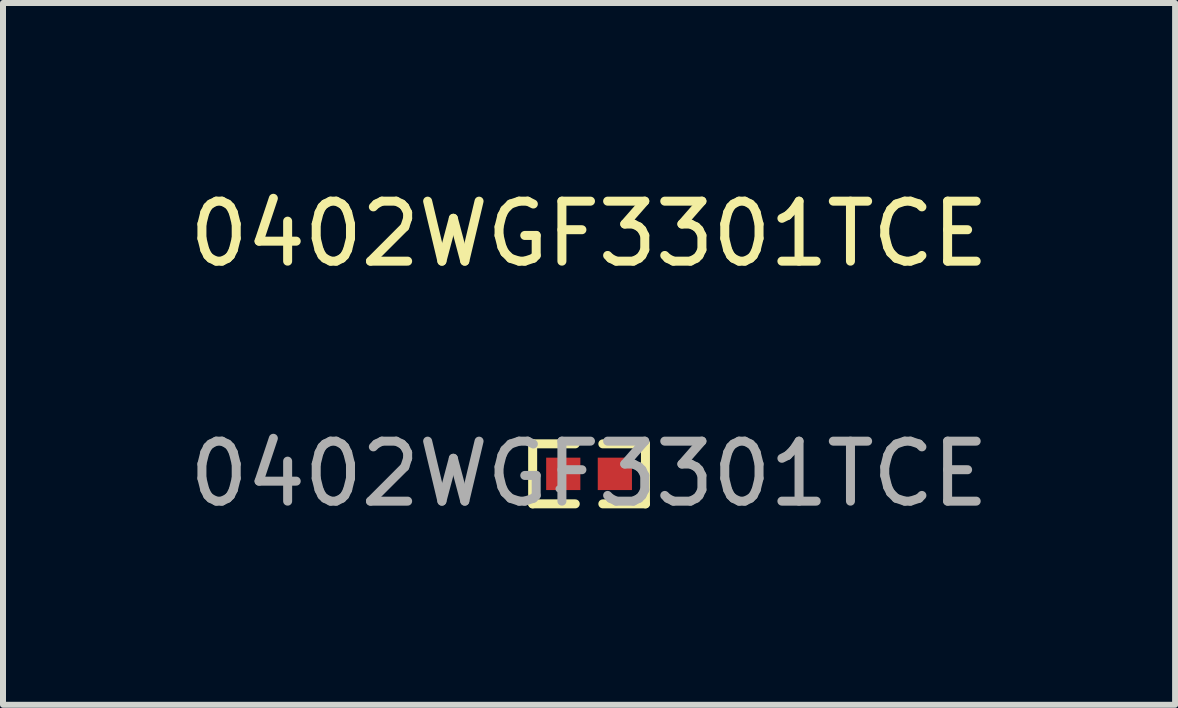
<source format=kicad_pcb>
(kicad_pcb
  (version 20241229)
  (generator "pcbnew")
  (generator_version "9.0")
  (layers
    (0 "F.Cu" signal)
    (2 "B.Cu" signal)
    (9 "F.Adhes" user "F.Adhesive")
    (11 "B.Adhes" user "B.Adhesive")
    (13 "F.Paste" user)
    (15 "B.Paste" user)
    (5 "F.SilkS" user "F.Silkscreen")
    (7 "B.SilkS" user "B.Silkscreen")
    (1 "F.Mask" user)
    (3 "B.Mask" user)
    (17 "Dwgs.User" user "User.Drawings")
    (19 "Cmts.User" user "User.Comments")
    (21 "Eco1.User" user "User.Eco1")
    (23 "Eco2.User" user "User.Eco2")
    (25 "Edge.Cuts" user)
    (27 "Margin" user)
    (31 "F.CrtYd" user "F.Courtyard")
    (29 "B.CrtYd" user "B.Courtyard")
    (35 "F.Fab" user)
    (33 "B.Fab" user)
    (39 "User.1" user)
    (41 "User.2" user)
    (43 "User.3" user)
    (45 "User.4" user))
  (footprint "0402WGF3301TCE"
    (layer "F.Cu")
    (at 6.768 4.848)
    (property "Reference" "0402WGF3301TCE" (at 0 -4 0) (layer "F.SilkS") (effects (font (size 1 1) (thickness 0.15))))
    (attr smd)
    (fp_line (start -0.94 -0.5) (end -0.23 -0.5) (stroke (width 0.15) (type solid)) (layer "F.SilkS"))
    (fp_line (start -0.94 0.5) (end -0.94 -0.5) (stroke (width 0.15) (type solid)) (layer "F.SilkS"))
    (fp_line (start -0.23 0.5) (end -0.94 0.5) (stroke (width 0.15) (type solid)) (layer "F.SilkS"))
    (fp_line (start 0.23 0.5) (end 0.94 0.5) (stroke (width 0.15) (type solid)) (layer "F.SilkS"))
    (fp_line (start 0.94 -0.5) (end 0.23 -0.5) (stroke (width 0.15) (type solid)) (layer "F.SilkS"))
    (fp_line (start 0.94 0.5) (end 0.94 -0.5) (stroke (width 0.15) (type solid)) (layer "F.SilkS"))
    (fp_circle (center -0.5 0.25) (end -0.47 0.25) (stroke (width 0.06) (type solid)) (fill no) (layer "F.Fab"))
    (fp_text user "${REFERENCE}" (at 0 0 0) (layer "F.Fab") (effects (font (size 1 1) (thickness 0.15))))
    (pad "1" smd rect (at -0.43 0) (size 0.57 0.54) (layers "F.Cu" "F.Mask" "F.Paste"))
    (pad "2" smd rect (at 0.43 0) (size 0.57 0.54) (layers "F.Cu" "F.Mask" "F.Paste")))
  (gr_rect
    (start -3 -3)
    (end 16.536 8.697)
    (stroke (width 0.1) (type default))
    (fill no)
    (layer "Edge.Cuts")))
</source>
